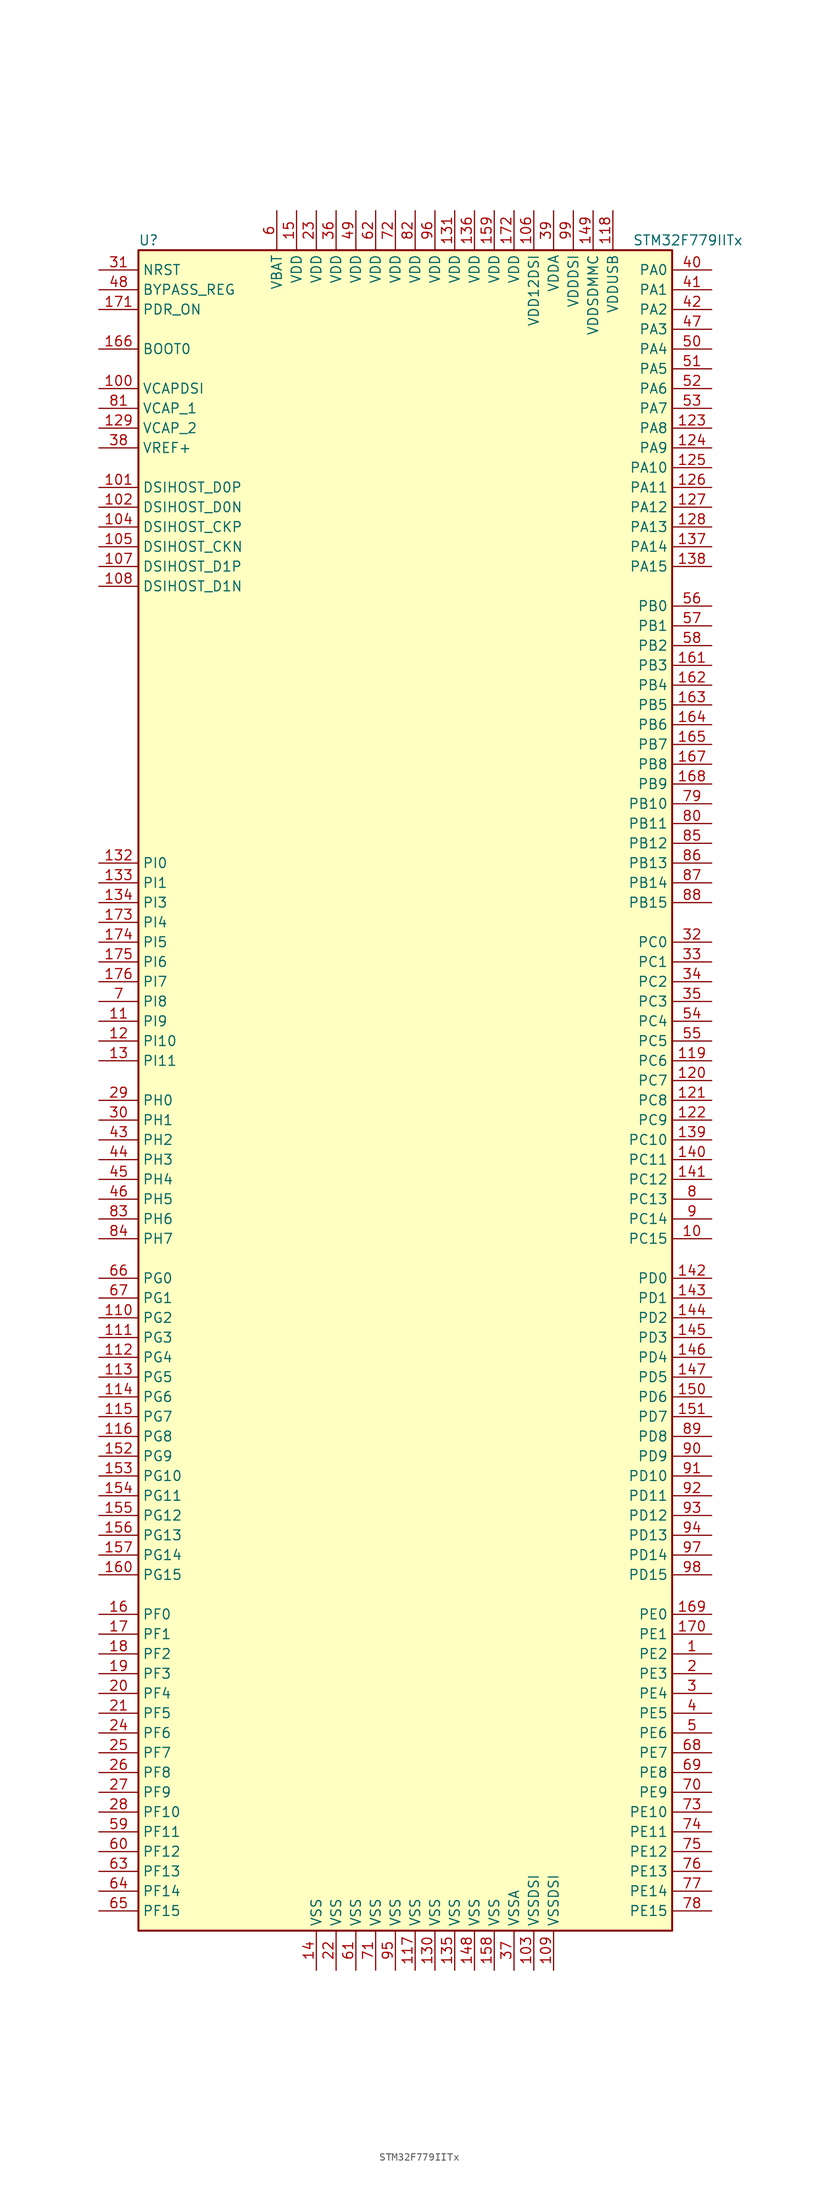
<source format=kicad_sym>
(kicad_symbol_lib
  (version 20201005)
  (generator kicad_symbol_editor)
  (symbol "MCU_ST_STM32F7:STM32F779IITx"
    (property "Reference" "U"
      (at -35.56 107.95 0)
      (effects (font (size 1.27 1.27)) (justify left)))
    (property "Value" "STM32F779IITx"
      (at 27.94 107.95 0)
      (effects (font (size 1.27 1.27)) (justify left)))
    (symbol "STM32F779IITx_0_1"
      (rectangle (start -35.56 -109.22) (end 33.02 106.68) (stroke (width 0.254)) (fill (type background))))
    (symbol "STM32F779IITx_1_1"
      (pin input line (at -40.64 93.98 0) (length 5.08) (name "BOOT0" (effects (font (size 1.27 1.27)))) (number "166" (effects (font (size 1.27 1.27)))))
      (pin input line (at -40.64 101.6 0) (length 5.08) (name "BYPASS_REG" (effects (font (size 1.27 1.27)))) (number "48" (effects (font (size 1.27 1.27)))))
      (pin bidirectional line (at -40.64 68.58 0) (length 5.08) (name "DSIHOST_CKN" (effects (font (size 1.27 1.27)))) (number "105" (effects (font (size 1.27 1.27)))))
      (pin bidirectional line (at -40.64 71.12 0) (length 5.08) (name "DSIHOST_CKP" (effects (font (size 1.27 1.27)))) (number "104" (effects (font (size 1.27 1.27)))))
      (pin bidirectional line (at -40.64 73.66 0) (length 5.08) (name "DSIHOST_D0N" (effects (font (size 1.27 1.27)))) (number "102" (effects (font (size 1.27 1.27)))))
      (pin bidirectional line (at -40.64 76.2 0) (length 5.08) (name "DSIHOST_D0P" (effects (font (size 1.27 1.27)))) (number "101" (effects (font (size 1.27 1.27)))))
      (pin bidirectional line (at -40.64 63.5 0) (length 5.08) (name "DSIHOST_D1N" (effects (font (size 1.27 1.27)))) (number "108" (effects (font (size 1.27 1.27)))))
      (pin bidirectional line (at -40.64 66.04 0) (length 5.08) (name "DSIHOST_D1P" (effects (font (size 1.27 1.27)))) (number "107" (effects (font (size 1.27 1.27)))))
      (pin input line (at -40.64 104.14 0) (length 5.08) (name "NRST" (effects (font (size 1.27 1.27)))) (number "31" (effects (font (size 1.27 1.27)))))
      (pin bidirectional line (at 38.1 104.14 180) (length 5.08) (name "PA0" (effects (font (size 1.27 1.27)))) (number "40" (effects (font (size 1.27 1.27)))))
      (pin bidirectional line (at 38.1 101.6 180) (length 5.08) (name "PA1" (effects (font (size 1.27 1.27)))) (number "41" (effects (font (size 1.27 1.27)))))
      (pin bidirectional line (at 38.1 78.74 180) (length 5.08) (name "PA10" (effects (font (size 1.27 1.27)))) (number "125" (effects (font (size 1.27 1.27)))))
      (pin bidirectional line (at 38.1 76.2 180) (length 5.08) (name "PA11" (effects (font (size 1.27 1.27)))) (number "126" (effects (font (size 1.27 1.27)))))
      (pin bidirectional line (at 38.1 73.66 180) (length 5.08) (name "PA12" (effects (font (size 1.27 1.27)))) (number "127" (effects (font (size 1.27 1.27)))))
      (pin bidirectional line (at 38.1 71.12 180) (length 5.08) (name "PA13" (effects (font (size 1.27 1.27)))) (number "128" (effects (font (size 1.27 1.27)))))
      (pin bidirectional line (at 38.1 68.58 180) (length 5.08) (name "PA14" (effects (font (size 1.27 1.27)))) (number "137" (effects (font (size 1.27 1.27)))))
      (pin bidirectional line (at 38.1 66.04 180) (length 5.08) (name "PA15" (effects (font (size 1.27 1.27)))) (number "138" (effects (font (size 1.27 1.27)))))
      (pin bidirectional line (at 38.1 99.06 180) (length 5.08) (name "PA2" (effects (font (size 1.27 1.27)))) (number "42" (effects (font (size 1.27 1.27)))))
      (pin bidirectional line (at 38.1 96.52 180) (length 5.08) (name "PA3" (effects (font (size 1.27 1.27)))) (number "47" (effects (font (size 1.27 1.27)))))
      (pin bidirectional line (at 38.1 93.98 180) (length 5.08) (name "PA4" (effects (font (size 1.27 1.27)))) (number "50" (effects (font (size 1.27 1.27)))))
      (pin bidirectional line (at 38.1 91.44 180) (length 5.08) (name "PA5" (effects (font (size 1.27 1.27)))) (number "51" (effects (font (size 1.27 1.27)))))
      (pin bidirectional line (at 38.1 88.9 180) (length 5.08) (name "PA6" (effects (font (size 1.27 1.27)))) (number "52" (effects (font (size 1.27 1.27)))))
      (pin bidirectional line (at 38.1 86.36 180) (length 5.08) (name "PA7" (effects (font (size 1.27 1.27)))) (number "53" (effects (font (size 1.27 1.27)))))
      (pin bidirectional line (at 38.1 83.82 180) (length 5.08) (name "PA8" (effects (font (size 1.27 1.27)))) (number "123" (effects (font (size 1.27 1.27)))))
      (pin bidirectional line (at 38.1 81.28 180) (length 5.08) (name "PA9" (effects (font (size 1.27 1.27)))) (number "124" (effects (font (size 1.27 1.27)))))
      (pin bidirectional line (at 38.1 60.96 180) (length 5.08) (name "PB0" (effects (font (size 1.27 1.27)))) (number "56" (effects (font (size 1.27 1.27)))))
      (pin bidirectional line (at 38.1 58.42 180) (length 5.08) (name "PB1" (effects (font (size 1.27 1.27)))) (number "57" (effects (font (size 1.27 1.27)))))
      (pin bidirectional line (at 38.1 35.56 180) (length 5.08) (name "PB10" (effects (font (size 1.27 1.27)))) (number "79" (effects (font (size 1.27 1.27)))))
      (pin bidirectional line (at 38.1 33.02 180) (length 5.08) (name "PB11" (effects (font (size 1.27 1.27)))) (number "80" (effects (font (size 1.27 1.27)))))
      (pin bidirectional line (at 38.1 30.48 180) (length 5.08) (name "PB12" (effects (font (size 1.27 1.27)))) (number "85" (effects (font (size 1.27 1.27)))))
      (pin bidirectional line (at 38.1 27.94 180) (length 5.08) (name "PB13" (effects (font (size 1.27 1.27)))) (number "86" (effects (font (size 1.27 1.27)))))
      (pin bidirectional line (at 38.1 25.4 180) (length 5.08) (name "PB14" (effects (font (size 1.27 1.27)))) (number "87" (effects (font (size 1.27 1.27)))))
      (pin bidirectional line (at 38.1 22.86 180) (length 5.08) (name "PB15" (effects (font (size 1.27 1.27)))) (number "88" (effects (font (size 1.27 1.27)))))
      (pin bidirectional line (at 38.1 55.88 180) (length 5.08) (name "PB2" (effects (font (size 1.27 1.27)))) (number "58" (effects (font (size 1.27 1.27)))))
      (pin bidirectional line (at 38.1 53.34 180) (length 5.08) (name "PB3" (effects (font (size 1.27 1.27)))) (number "161" (effects (font (size 1.27 1.27)))))
      (pin bidirectional line (at 38.1 50.8 180) (length 5.08) (name "PB4" (effects (font (size 1.27 1.27)))) (number "162" (effects (font (size 1.27 1.27)))))
      (pin bidirectional line (at 38.1 48.26 180) (length 5.08) (name "PB5" (effects (font (size 1.27 1.27)))) (number "163" (effects (font (size 1.27 1.27)))))
      (pin bidirectional line (at 38.1 45.72 180) (length 5.08) (name "PB6" (effects (font (size 1.27 1.27)))) (number "164" (effects (font (size 1.27 1.27)))))
      (pin bidirectional line (at 38.1 43.18 180) (length 5.08) (name "PB7" (effects (font (size 1.27 1.27)))) (number "165" (effects (font (size 1.27 1.27)))))
      (pin bidirectional line (at 38.1 40.64 180) (length 5.08) (name "PB8" (effects (font (size 1.27 1.27)))) (number "167" (effects (font (size 1.27 1.27)))))
      (pin bidirectional line (at 38.1 38.1 180) (length 5.08) (name "PB9" (effects (font (size 1.27 1.27)))) (number "168" (effects (font (size 1.27 1.27)))))
      (pin bidirectional line (at 38.1 17.78 180) (length 5.08) (name "PC0" (effects (font (size 1.27 1.27)))) (number "32" (effects (font (size 1.27 1.27)))))
      (pin bidirectional line (at 38.1 15.24 180) (length 5.08) (name "PC1" (effects (font (size 1.27 1.27)))) (number "33" (effects (font (size 1.27 1.27)))))
      (pin bidirectional line (at 38.1 -7.62 180) (length 5.08) (name "PC10" (effects (font (size 1.27 1.27)))) (number "139" (effects (font (size 1.27 1.27)))))
      (pin bidirectional line (at 38.1 -10.16 180) (length 5.08) (name "PC11" (effects (font (size 1.27 1.27)))) (number "140" (effects (font (size 1.27 1.27)))))
      (pin bidirectional line (at 38.1 -12.7 180) (length 5.08) (name "PC12" (effects (font (size 1.27 1.27)))) (number "141" (effects (font (size 1.27 1.27)))))
      (pin bidirectional line (at 38.1 -15.24 180) (length 5.08) (name "PC13" (effects (font (size 1.27 1.27)))) (number "8" (effects (font (size 1.27 1.27)))))
      (pin bidirectional line (at 38.1 -17.78 180) (length 5.08) (name "PC14" (effects (font (size 1.27 1.27)))) (number "9" (effects (font (size 1.27 1.27)))))
      (pin bidirectional line (at 38.1 -20.32 180) (length 5.08) (name "PC15" (effects (font (size 1.27 1.27)))) (number "10" (effects (font (size 1.27 1.27)))))
      (pin bidirectional line (at 38.1 12.7 180) (length 5.08) (name "PC2" (effects (font (size 1.27 1.27)))) (number "34" (effects (font (size 1.27 1.27)))))
      (pin bidirectional line (at 38.1 10.16 180) (length 5.08) (name "PC3" (effects (font (size 1.27 1.27)))) (number "35" (effects (font (size 1.27 1.27)))))
      (pin bidirectional line (at 38.1 7.62 180) (length 5.08) (name "PC4" (effects (font (size 1.27 1.27)))) (number "54" (effects (font (size 1.27 1.27)))))
      (pin bidirectional line (at 38.1 5.08 180) (length 5.08) (name "PC5" (effects (font (size 1.27 1.27)))) (number "55" (effects (font (size 1.27 1.27)))))
      (pin bidirectional line (at 38.1 2.54 180) (length 5.08) (name "PC6" (effects (font (size 1.27 1.27)))) (number "119" (effects (font (size 1.27 1.27)))))
      (pin bidirectional line (at 38.1 0 180) (length 5.08) (name "PC7" (effects (font (size 1.27 1.27)))) (number "120" (effects (font (size 1.27 1.27)))))
      (pin bidirectional line (at 38.1 -2.54 180) (length 5.08) (name "PC8" (effects (font (size 1.27 1.27)))) (number "121" (effects (font (size 1.27 1.27)))))
      (pin bidirectional line (at 38.1 -5.08 180) (length 5.08) (name "PC9" (effects (font (size 1.27 1.27)))) (number "122" (effects (font (size 1.27 1.27)))))
      (pin bidirectional line (at 38.1 -25.4 180) (length 5.08) (name "PD0" (effects (font (size 1.27 1.27)))) (number "142" (effects (font (size 1.27 1.27)))))
      (pin bidirectional line (at 38.1 -27.94 180) (length 5.08) (name "PD1" (effects (font (size 1.27 1.27)))) (number "143" (effects (font (size 1.27 1.27)))))
      (pin bidirectional line (at 38.1 -50.8 180) (length 5.08) (name "PD10" (effects (font (size 1.27 1.27)))) (number "91" (effects (font (size 1.27 1.27)))))
      (pin bidirectional line (at 38.1 -53.34 180) (length 5.08) (name "PD11" (effects (font (size 1.27 1.27)))) (number "92" (effects (font (size 1.27 1.27)))))
      (pin bidirectional line (at 38.1 -55.88 180) (length 5.08) (name "PD12" (effects (font (size 1.27 1.27)))) (number "93" (effects (font (size 1.27 1.27)))))
      (pin bidirectional line (at 38.1 -58.42 180) (length 5.08) (name "PD13" (effects (font (size 1.27 1.27)))) (number "94" (effects (font (size 1.27 1.27)))))
      (pin bidirectional line (at 38.1 -60.96 180) (length 5.08) (name "PD14" (effects (font (size 1.27 1.27)))) (number "97" (effects (font (size 1.27 1.27)))))
      (pin bidirectional line (at 38.1 -63.5 180) (length 5.08) (name "PD15" (effects (font (size 1.27 1.27)))) (number "98" (effects (font (size 1.27 1.27)))))
      (pin bidirectional line (at 38.1 -30.48 180) (length 5.08) (name "PD2" (effects (font (size 1.27 1.27)))) (number "144" (effects (font (size 1.27 1.27)))))
      (pin bidirectional line (at 38.1 -33.02 180) (length 5.08) (name "PD3" (effects (font (size 1.27 1.27)))) (number "145" (effects (font (size 1.27 1.27)))))
      (pin bidirectional line (at 38.1 -35.56 180) (length 5.08) (name "PD4" (effects (font (size 1.27 1.27)))) (number "146" (effects (font (size 1.27 1.27)))))
      (pin bidirectional line (at 38.1 -38.1 180) (length 5.08) (name "PD5" (effects (font (size 1.27 1.27)))) (number "147" (effects (font (size 1.27 1.27)))))
      (pin bidirectional line (at 38.1 -40.64 180) (length 5.08) (name "PD6" (effects (font (size 1.27 1.27)))) (number "150" (effects (font (size 1.27 1.27)))))
      (pin bidirectional line (at 38.1 -43.18 180) (length 5.08) (name "PD7" (effects (font (size 1.27 1.27)))) (number "151" (effects (font (size 1.27 1.27)))))
      (pin bidirectional line (at 38.1 -45.72 180) (length 5.08) (name "PD8" (effects (font (size 1.27 1.27)))) (number "89" (effects (font (size 1.27 1.27)))))
      (pin bidirectional line (at 38.1 -48.26 180) (length 5.08) (name "PD9" (effects (font (size 1.27 1.27)))) (number "90" (effects (font (size 1.27 1.27)))))
      (pin input line (at -40.64 99.06 0) (length 5.08) (name "PDR_ON" (effects (font (size 1.27 1.27)))) (number "171" (effects (font (size 1.27 1.27)))))
      (pin bidirectional line (at 38.1 -68.58 180) (length 5.08) (name "PE0" (effects (font (size 1.27 1.27)))) (number "169" (effects (font (size 1.27 1.27)))))
      (pin bidirectional line (at 38.1 -71.12 180) (length 5.08) (name "PE1" (effects (font (size 1.27 1.27)))) (number "170" (effects (font (size 1.27 1.27)))))
      (pin bidirectional line (at 38.1 -93.98 180) (length 5.08) (name "PE10" (effects (font (size 1.27 1.27)))) (number "73" (effects (font (size 1.27 1.27)))))
      (pin bidirectional line (at 38.1 -96.52 180) (length 5.08) (name "PE11" (effects (font (size 1.27 1.27)))) (number "74" (effects (font (size 1.27 1.27)))))
      (pin bidirectional line (at 38.1 -99.06 180) (length 5.08) (name "PE12" (effects (font (size 1.27 1.27)))) (number "75" (effects (font (size 1.27 1.27)))))
      (pin bidirectional line (at 38.1 -101.6 180) (length 5.08) (name "PE13" (effects (font (size 1.27 1.27)))) (number "76" (effects (font (size 1.27 1.27)))))
      (pin bidirectional line (at 38.1 -104.14 180) (length 5.08) (name "PE14" (effects (font (size 1.27 1.27)))) (number "77" (effects (font (size 1.27 1.27)))))
      (pin bidirectional line (at 38.1 -106.68 180) (length 5.08) (name "PE15" (effects (font (size 1.27 1.27)))) (number "78" (effects (font (size 1.27 1.27)))))
      (pin bidirectional line (at 38.1 -73.66 180) (length 5.08) (name "PE2" (effects (font (size 1.27 1.27)))) (number "1" (effects (font (size 1.27 1.27)))))
      (pin bidirectional line (at 38.1 -76.2 180) (length 5.08) (name "PE3" (effects (font (size 1.27 1.27)))) (number "2" (effects (font (size 1.27 1.27)))))
      (pin bidirectional line (at 38.1 -78.74 180) (length 5.08) (name "PE4" (effects (font (size 1.27 1.27)))) (number "3" (effects (font (size 1.27 1.27)))))
      (pin bidirectional line (at 38.1 -81.28 180) (length 5.08) (name "PE5" (effects (font (size 1.27 1.27)))) (number "4" (effects (font (size 1.27 1.27)))))
      (pin bidirectional line (at 38.1 -83.82 180) (length 5.08) (name "PE6" (effects (font (size 1.27 1.27)))) (number "5" (effects (font (size 1.27 1.27)))))
      (pin bidirectional line (at 38.1 -86.36 180) (length 5.08) (name "PE7" (effects (font (size 1.27 1.27)))) (number "68" (effects (font (size 1.27 1.27)))))
      (pin bidirectional line (at 38.1 -88.9 180) (length 5.08) (name "PE8" (effects (font (size 1.27 1.27)))) (number "69" (effects (font (size 1.27 1.27)))))
      (pin bidirectional line (at 38.1 -91.44 180) (length 5.08) (name "PE9" (effects (font (size 1.27 1.27)))) (number "70" (effects (font (size 1.27 1.27)))))
      (pin bidirectional line (at -40.64 -68.58 0) (length 5.08) (name "PF0" (effects (font (size 1.27 1.27)))) (number "16" (effects (font (size 1.27 1.27)))))
      (pin bidirectional line (at -40.64 -71.12 0) (length 5.08) (name "PF1" (effects (font (size 1.27 1.27)))) (number "17" (effects (font (size 1.27 1.27)))))
      (pin bidirectional line (at -40.64 -93.98 0) (length 5.08) (name "PF10" (effects (font (size 1.27 1.27)))) (number "28" (effects (font (size 1.27 1.27)))))
      (pin bidirectional line (at -40.64 -96.52 0) (length 5.08) (name "PF11" (effects (font (size 1.27 1.27)))) (number "59" (effects (font (size 1.27 1.27)))))
      (pin bidirectional line (at -40.64 -99.06 0) (length 5.08) (name "PF12" (effects (font (size 1.27 1.27)))) (number "60" (effects (font (size 1.27 1.27)))))
      (pin bidirectional line (at -40.64 -101.6 0) (length 5.08) (name "PF13" (effects (font (size 1.27 1.27)))) (number "63" (effects (font (size 1.27 1.27)))))
      (pin bidirectional line (at -40.64 -104.14 0) (length 5.08) (name "PF14" (effects (font (size 1.27 1.27)))) (number "64" (effects (font (size 1.27 1.27)))))
      (pin bidirectional line (at -40.64 -106.68 0) (length 5.08) (name "PF15" (effects (font (size 1.27 1.27)))) (number "65" (effects (font (size 1.27 1.27)))))
      (pin bidirectional line (at -40.64 -73.66 0) (length 5.08) (name "PF2" (effects (font (size 1.27 1.27)))) (number "18" (effects (font (size 1.27 1.27)))))
      (pin bidirectional line (at -40.64 -76.2 0) (length 5.08) (name "PF3" (effects (font (size 1.27 1.27)))) (number "19" (effects (font (size 1.27 1.27)))))
      (pin bidirectional line (at -40.64 -78.74 0) (length 5.08) (name "PF4" (effects (font (size 1.27 1.27)))) (number "20" (effects (font (size 1.27 1.27)))))
      (pin bidirectional line (at -40.64 -81.28 0) (length 5.08) (name "PF5" (effects (font (size 1.27 1.27)))) (number "21" (effects (font (size 1.27 1.27)))))
      (pin bidirectional line (at -40.64 -83.82 0) (length 5.08) (name "PF6" (effects (font (size 1.27 1.27)))) (number "24" (effects (font (size 1.27 1.27)))))
      (pin bidirectional line (at -40.64 -86.36 0) (length 5.08) (name "PF7" (effects (font (size 1.27 1.27)))) (number "25" (effects (font (size 1.27 1.27)))))
      (pin bidirectional line (at -40.64 -88.9 0) (length 5.08) (name "PF8" (effects (font (size 1.27 1.27)))) (number "26" (effects (font (size 1.27 1.27)))))
      (pin bidirectional line (at -40.64 -91.44 0) (length 5.08) (name "PF9" (effects (font (size 1.27 1.27)))) (number "27" (effects (font (size 1.27 1.27)))))
      (pin bidirectional line (at -40.64 -25.4 0) (length 5.08) (name "PG0" (effects (font (size 1.27 1.27)))) (number "66" (effects (font (size 1.27 1.27)))))
      (pin bidirectional line (at -40.64 -27.94 0) (length 5.08) (name "PG1" (effects (font (size 1.27 1.27)))) (number "67" (effects (font (size 1.27 1.27)))))
      (pin bidirectional line (at -40.64 -50.8 0) (length 5.08) (name "PG10" (effects (font (size 1.27 1.27)))) (number "153" (effects (font (size 1.27 1.27)))))
      (pin bidirectional line (at -40.64 -53.34 0) (length 5.08) (name "PG11" (effects (font (size 1.27 1.27)))) (number "154" (effects (font (size 1.27 1.27)))))
      (pin bidirectional line (at -40.64 -55.88 0) (length 5.08) (name "PG12" (effects (font (size 1.27 1.27)))) (number "155" (effects (font (size 1.27 1.27)))))
      (pin bidirectional line (at -40.64 -58.42 0) (length 5.08) (name "PG13" (effects (font (size 1.27 1.27)))) (number "156" (effects (font (size 1.27 1.27)))))
      (pin bidirectional line (at -40.64 -60.96 0) (length 5.08) (name "PG14" (effects (font (size 1.27 1.27)))) (number "157" (effects (font (size 1.27 1.27)))))
      (pin bidirectional line (at -40.64 -63.5 0) (length 5.08) (name "PG15" (effects (font (size 1.27 1.27)))) (number "160" (effects (font (size 1.27 1.27)))))
      (pin bidirectional line (at -40.64 -30.48 0) (length 5.08) (name "PG2" (effects (font (size 1.27 1.27)))) (number "110" (effects (font (size 1.27 1.27)))))
      (pin bidirectional line (at -40.64 -33.02 0) (length 5.08) (name "PG3" (effects (font (size 1.27 1.27)))) (number "111" (effects (font (size 1.27 1.27)))))
      (pin bidirectional line (at -40.64 -35.56 0) (length 5.08) (name "PG4" (effects (font (size 1.27 1.27)))) (number "112" (effects (font (size 1.27 1.27)))))
      (pin bidirectional line (at -40.64 -38.1 0) (length 5.08) (name "PG5" (effects (font (size 1.27 1.27)))) (number "113" (effects (font (size 1.27 1.27)))))
      (pin bidirectional line (at -40.64 -40.64 0) (length 5.08) (name "PG6" (effects (font (size 1.27 1.27)))) (number "114" (effects (font (size 1.27 1.27)))))
      (pin bidirectional line (at -40.64 -43.18 0) (length 5.08) (name "PG7" (effects (font (size 1.27 1.27)))) (number "115" (effects (font (size 1.27 1.27)))))
      (pin bidirectional line (at -40.64 -45.72 0) (length 5.08) (name "PG8" (effects (font (size 1.27 1.27)))) (number "116" (effects (font (size 1.27 1.27)))))
      (pin bidirectional line (at -40.64 -48.26 0) (length 5.08) (name "PG9" (effects (font (size 1.27 1.27)))) (number "152" (effects (font (size 1.27 1.27)))))
      (pin input line (at -40.64 -2.54 0) (length 5.08) (name "PH0" (effects (font (size 1.27 1.27)))) (number "29" (effects (font (size 1.27 1.27)))))
      (pin input line (at -40.64 -5.08 0) (length 5.08) (name "PH1" (effects (font (size 1.27 1.27)))) (number "30" (effects (font (size 1.27 1.27)))))
      (pin bidirectional line (at -40.64 -7.62 0) (length 5.08) (name "PH2" (effects (font (size 1.27 1.27)))) (number "43" (effects (font (size 1.27 1.27)))))
      (pin bidirectional line (at -40.64 -10.16 0) (length 5.08) (name "PH3" (effects (font (size 1.27 1.27)))) (number "44" (effects (font (size 1.27 1.27)))))
      (pin bidirectional line (at -40.64 -12.7 0) (length 5.08) (name "PH4" (effects (font (size 1.27 1.27)))) (number "45" (effects (font (size 1.27 1.27)))))
      (pin bidirectional line (at -40.64 -15.24 0) (length 5.08) (name "PH5" (effects (font (size 1.27 1.27)))) (number "46" (effects (font (size 1.27 1.27)))))
      (pin bidirectional line (at -40.64 -17.78 0) (length 5.08) (name "PH6" (effects (font (size 1.27 1.27)))) (number "83" (effects (font (size 1.27 1.27)))))
      (pin bidirectional line (at -40.64 -20.32 0) (length 5.08) (name "PH7" (effects (font (size 1.27 1.27)))) (number "84" (effects (font (size 1.27 1.27)))))
      (pin bidirectional line (at -40.64 27.94 0) (length 5.08) (name "PI0" (effects (font (size 1.27 1.27)))) (number "132" (effects (font (size 1.27 1.27)))))
      (pin bidirectional line (at -40.64 25.4 0) (length 5.08) (name "PI1" (effects (font (size 1.27 1.27)))) (number "133" (effects (font (size 1.27 1.27)))))
      (pin bidirectional line (at -40.64 5.08 0) (length 5.08) (name "PI10" (effects (font (size 1.27 1.27)))) (number "12" (effects (font (size 1.27 1.27)))))
      (pin bidirectional line (at -40.64 2.54 0) (length 5.08) (name "PI11" (effects (font (size 1.27 1.27)))) (number "13" (effects (font (size 1.27 1.27)))))
      (pin bidirectional line (at -40.64 22.86 0) (length 5.08) (name "PI3" (effects (font (size 1.27 1.27)))) (number "134" (effects (font (size 1.27 1.27)))))
      (pin bidirectional line (at -40.64 20.32 0) (length 5.08) (name "PI4" (effects (font (size 1.27 1.27)))) (number "173" (effects (font (size 1.27 1.27)))))
      (pin bidirectional line (at -40.64 17.78 0) (length 5.08) (name "PI5" (effects (font (size 1.27 1.27)))) (number "174" (effects (font (size 1.27 1.27)))))
      (pin bidirectional line (at -40.64 15.24 0) (length 5.08) (name "PI6" (effects (font (size 1.27 1.27)))) (number "175" (effects (font (size 1.27 1.27)))))
      (pin bidirectional line (at -40.64 12.7 0) (length 5.08) (name "PI7" (effects (font (size 1.27 1.27)))) (number "176" (effects (font (size 1.27 1.27)))))
      (pin bidirectional line (at -40.64 10.16 0) (length 5.08) (name "PI8" (effects (font (size 1.27 1.27)))) (number "7" (effects (font (size 1.27 1.27)))))
      (pin bidirectional line (at -40.64 7.62 0) (length 5.08) (name "PI9" (effects (font (size 1.27 1.27)))) (number "11" (effects (font (size 1.27 1.27)))))
      (pin power_in line (at -17.78 111.76 270) (length 5.08) (name "VBAT" (effects (font (size 1.27 1.27)))) (number "6" (effects (font (size 1.27 1.27)))))
      (pin power_in line (at -40.64 88.9 0) (length 5.08) (name "VCAPDSI" (effects (font (size 1.27 1.27)))) (number "100" (effects (font (size 1.27 1.27)))))
      (pin power_in line (at -40.64 86.36 0) (length 5.08) (name "VCAP_1" (effects (font (size 1.27 1.27)))) (number "81" (effects (font (size 1.27 1.27)))))
      (pin power_in line (at -40.64 83.82 0) (length 5.08) (name "VCAP_2" (effects (font (size 1.27 1.27)))) (number "129" (effects (font (size 1.27 1.27)))))
      (pin power_in line (at 5.08 111.76 270) (length 5.08) (name "VDD" (effects (font (size 1.27 1.27)))) (number "131" (effects (font (size 1.27 1.27)))))
      (pin power_in line (at 7.62 111.76 270) (length 5.08) (name "VDD" (effects (font (size 1.27 1.27)))) (number "136" (effects (font (size 1.27 1.27)))))
      (pin power_in line (at -15.24 111.76 270) (length 5.08) (name "VDD" (effects (font (size 1.27 1.27)))) (number "15" (effects (font (size 1.27 1.27)))))
      (pin power_in line (at 10.16 111.76 270) (length 5.08) (name "VDD" (effects (font (size 1.27 1.27)))) (number "159" (effects (font (size 1.27 1.27)))))
      (pin power_in line (at 12.7 111.76 270) (length 5.08) (name "VDD" (effects (font (size 1.27 1.27)))) (number "172" (effects (font (size 1.27 1.27)))))
      (pin power_in line (at -12.7 111.76 270) (length 5.08) (name "VDD" (effects (font (size 1.27 1.27)))) (number "23" (effects (font (size 1.27 1.27)))))
      (pin power_in line (at -10.16 111.76 270) (length 5.08) (name "VDD" (effects (font (size 1.27 1.27)))) (number "36" (effects (font (size 1.27 1.27)))))
      (pin power_in line (at -7.62 111.76 270) (length 5.08) (name "VDD" (effects (font (size 1.27 1.27)))) (number "49" (effects (font (size 1.27 1.27)))))
      (pin power_in line (at -5.08 111.76 270) (length 5.08) (name "VDD" (effects (font (size 1.27 1.27)))) (number "62" (effects (font (size 1.27 1.27)))))
      (pin power_in line (at -2.54 111.76 270) (length 5.08) (name "VDD" (effects (font (size 1.27 1.27)))) (number "72" (effects (font (size 1.27 1.27)))))
      (pin power_in line (at 0 111.76 270) (length 5.08) (name "VDD" (effects (font (size 1.27 1.27)))) (number "82" (effects (font (size 1.27 1.27)))))
      (pin power_in line (at 2.54 111.76 270) (length 5.08) (name "VDD" (effects (font (size 1.27 1.27)))) (number "96" (effects (font (size 1.27 1.27)))))
      (pin power_in line (at 15.24 111.76 270) (length 5.08) (name "VDD12DSI" (effects (font (size 1.27 1.27)))) (number "106" (effects (font (size 1.27 1.27)))))
      (pin power_in line (at 17.78 111.76 270) (length 5.08) (name "VDDA" (effects (font (size 1.27 1.27)))) (number "39" (effects (font (size 1.27 1.27)))))
      (pin power_in line (at 20.32 111.76 270) (length 5.08) (name "VDDDSI" (effects (font (size 1.27 1.27)))) (number "99" (effects (font (size 1.27 1.27)))))
      (pin power_in line (at 22.86 111.76 270) (length 5.08) (name "VDDSDMMC" (effects (font (size 1.27 1.27)))) (number "149" (effects (font (size 1.27 1.27)))))
      (pin power_in line (at 25.4 111.76 270) (length 5.08) (name "VDDUSB" (effects (font (size 1.27 1.27)))) (number "118" (effects (font (size 1.27 1.27)))))
      (pin power_in line (at -40.64 81.28 0) (length 5.08) (name "VREF+" (effects (font (size 1.27 1.27)))) (number "38" (effects (font (size 1.27 1.27)))))
      (pin power_in line (at 0 -114.3 90) (length 5.08) (name "VSS" (effects (font (size 1.27 1.27)))) (number "117" (effects (font (size 1.27 1.27)))))
      (pin power_in line (at 2.54 -114.3 90) (length 5.08) (name "VSS" (effects (font (size 1.27 1.27)))) (number "130" (effects (font (size 1.27 1.27)))))
      (pin power_in line (at 5.08 -114.3 90) (length 5.08) (name "VSS" (effects (font (size 1.27 1.27)))) (number "135" (effects (font (size 1.27 1.27)))))
      (pin power_in line (at -12.7 -114.3 90) (length 5.08) (name "VSS" (effects (font (size 1.27 1.27)))) (number "14" (effects (font (size 1.27 1.27)))))
      (pin power_in line (at 7.62 -114.3 90) (length 5.08) (name "VSS" (effects (font (size 1.27 1.27)))) (number "148" (effects (font (size 1.27 1.27)))))
      (pin power_in line (at 10.16 -114.3 90) (length 5.08) (name "VSS" (effects (font (size 1.27 1.27)))) (number "158" (effects (font (size 1.27 1.27)))))
      (pin power_in line (at -10.16 -114.3 90) (length 5.08) (name "VSS" (effects (font (size 1.27 1.27)))) (number "22" (effects (font (size 1.27 1.27)))))
      (pin power_in line (at -7.62 -114.3 90) (length 5.08) (name "VSS" (effects (font (size 1.27 1.27)))) (number "61" (effects (font (size 1.27 1.27)))))
      (pin power_in line (at -5.08 -114.3 90) (length 5.08) (name "VSS" (effects (font (size 1.27 1.27)))) (number "71" (effects (font (size 1.27 1.27)))))
      (pin power_in line (at -2.54 -114.3 90) (length 5.08) (name "VSS" (effects (font (size 1.27 1.27)))) (number "95" (effects (font (size 1.27 1.27)))))
      (pin power_in line (at 12.7 -114.3 90) (length 5.08) (name "VSSA" (effects (font (size 1.27 1.27)))) (number "37" (effects (font (size 1.27 1.27)))))
      (pin power_in line (at 15.24 -114.3 90) (length 5.08) (name "VSSDSI" (effects (font (size 1.27 1.27)))) (number "103" (effects (font (size 1.27 1.27)))))
      (pin power_in line (at 17.78 -114.3 90) (length 5.08) (name "VSSDSI" (effects (font (size 1.27 1.27)))) (number "109" (effects (font (size 1.27 1.27))))))))
</source>
